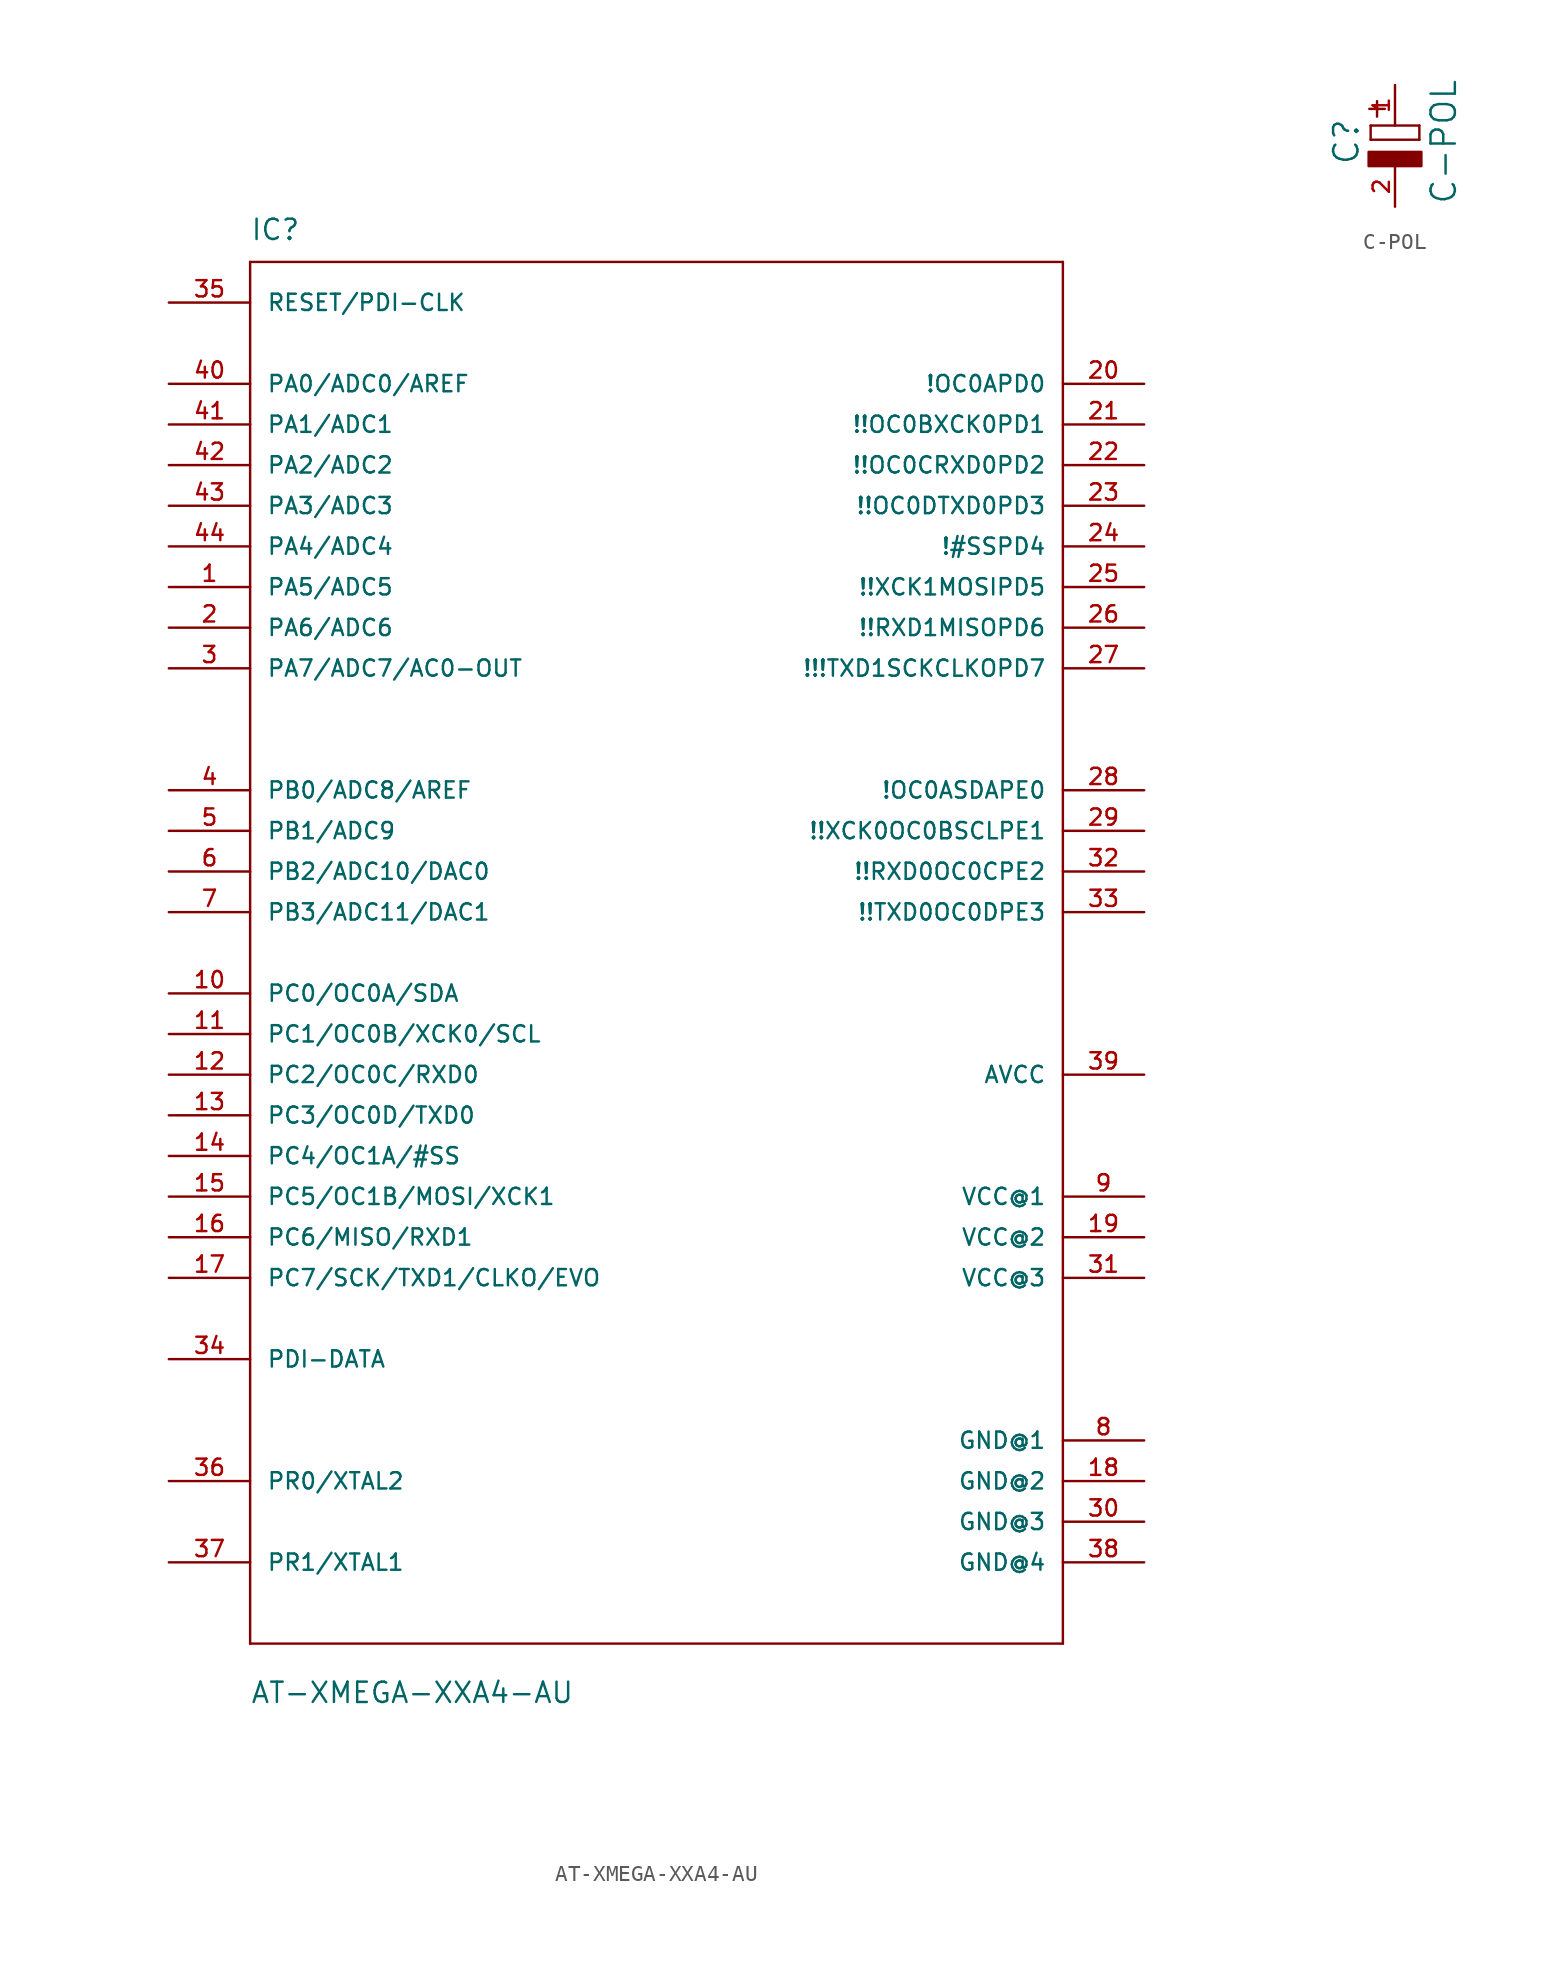
<source format=kicad_sym>
(kicad_symbol_lib
  (version 20211014)
  (generator kicad_symbol_editor)
  (symbol "AT-XMEGA-XXA4-AU"
    (pin_names
      (offset 1.016))
    (property "Reference" "IC"
      (at -25.4 44.45 0)
      (effects (font (size 1.27 1.27)) (justify left bottom)))
    (property "Value" "AT-XMEGA-XXA4-AU"
      (at -25.4 -46.99 0)
      (effects (font (size 1.27 1.27)) (justify left bottom)))
    (property "Datasheet" ""
      (at 0 0 0)
      (effects (font (size 1.524 1.524))))
    (property "ki_locked" ""
      (at 0 0 0)
      (effects (font (size 1.27 1.27))))
    (symbol "AT-XMEGA-XXA4-AU_1_0"
      (polyline (pts (xy -25.4 -43.18) (xy -25.4 43.18)) (stroke (width 0) (type default) (color 0 0 0 0)) (fill (type none)))
      (polyline (pts (xy -25.4 43.18) (xy 25.4 43.18)) (stroke (width 0) (type default) (color 0 0 0 0)) (fill (type none)))
      (polyline (pts (xy 25.4 -43.18) (xy -25.4 -43.18)) (stroke (width 0) (type default) (color 0 0 0 0)) (fill (type none)))
      (polyline (pts (xy 25.4 43.18) (xy 25.4 -43.18)) (stroke (width 0) (type default) (color 0 0 0 0)) (fill (type none))))
    (symbol "AT-XMEGA-XXA4-AU_1_1"
      (pin bidirectional line (at -30.48 22.86 0) (length 5.08) (name "PA5/ADC5" (effects (font (size 1.016 1.016)))) (number "1" (effects (font (size 1.016 1.016)))))
      (pin bidirectional line (at -30.48 -2.54 0) (length 5.08) (name "PC0/OC0A/SDA" (effects (font (size 1.016 1.016)))) (number "10" (effects (font (size 1.016 1.016)))))
      (pin bidirectional line (at -30.48 -5.08 0) (length 5.08) (name "PC1/OC0B/XCK0/SCL" (effects (font (size 1.016 1.016)))) (number "11" (effects (font (size 1.016 1.016)))))
      (pin bidirectional line (at -30.48 -7.62 0) (length 5.08) (name "PC2/OC0C/RXD0" (effects (font (size 1.016 1.016)))) (number "12" (effects (font (size 1.016 1.016)))))
      (pin bidirectional line (at -30.48 -10.16 0) (length 5.08) (name "PC3/OC0D/TXD0" (effects (font (size 1.016 1.016)))) (number "13" (effects (font (size 1.016 1.016)))))
      (pin bidirectional line (at -30.48 -12.7 0) (length 5.08) (name "PC4/OC1A/#SS" (effects (font (size 1.016 1.016)))) (number "14" (effects (font (size 1.016 1.016)))))
      (pin bidirectional line (at -30.48 -15.24 0) (length 5.08) (name "PC5/OC1B/MOSI/XCK1" (effects (font (size 1.016 1.016)))) (number "15" (effects (font (size 1.016 1.016)))))
      (pin bidirectional line (at -30.48 -17.78 0) (length 5.08) (name "PC6/MISO/RXD1" (effects (font (size 1.016 1.016)))) (number "16" (effects (font (size 1.016 1.016)))))
      (pin bidirectional line (at -30.48 -20.32 0) (length 5.08) (name "PC7/SCK/TXD1/CLKO/EVO" (effects (font (size 1.016 1.016)))) (number "17" (effects (font (size 1.016 1.016)))))
      (pin power_in line (at 30.48 -33.02 180) (length 5.08) (name "GND@2" (effects (font (size 1.016 1.016)))) (number "18" (effects (font (size 1.016 1.016)))))
      (pin power_in line (at 30.48 -17.78 180) (length 5.08) (name "VCC@2" (effects (font (size 1.016 1.016)))) (number "19" (effects (font (size 1.016 1.016)))))
      (pin bidirectional line (at -30.48 20.32 0) (length 5.08) (name "PA6/ADC6" (effects (font (size 1.016 1.016)))) (number "2" (effects (font (size 1.016 1.016)))))
      (pin bidirectional line (at 30.48 35.56 180) (length 5.08) (name "!OC0APD0" (effects (font (size 1.016 1.016)))) (number "20" (effects (font (size 1.016 1.016)))))
      (pin bidirectional line (at 30.48 33.02 180) (length 5.08) (name "!!OC0BXCK0PD1" (effects (font (size 1.016 1.016)))) (number "21" (effects (font (size 1.016 1.016)))))
      (pin bidirectional line (at 30.48 30.48 180) (length 5.08) (name "!!OC0CRXD0PD2" (effects (font (size 1.016 1.016)))) (number "22" (effects (font (size 1.016 1.016)))))
      (pin bidirectional line (at 30.48 27.94 180) (length 5.08) (name "!!OC0DTXD0PD3" (effects (font (size 1.016 1.016)))) (number "23" (effects (font (size 1.016 1.016)))))
      (pin bidirectional line (at 30.48 25.4 180) (length 5.08) (name "!#SSPD4" (effects (font (size 1.016 1.016)))) (number "24" (effects (font (size 1.016 1.016)))))
      (pin bidirectional line (at 30.48 22.86 180) (length 5.08) (name "!!XCK1MOSIPD5" (effects (font (size 1.016 1.016)))) (number "25" (effects (font (size 1.016 1.016)))))
      (pin bidirectional line (at 30.48 20.32 180) (length 5.08) (name "!!RXD1MISOPD6" (effects (font (size 1.016 1.016)))) (number "26" (effects (font (size 1.016 1.016)))))
      (pin bidirectional line (at 30.48 17.78 180) (length 5.08) (name "!!!TXD1SCKCLKOPD7" (effects (font (size 1.016 1.016)))) (number "27" (effects (font (size 1.016 1.016)))))
      (pin bidirectional line (at 30.48 10.16 180) (length 5.08) (name "!OC0ASDAPE0" (effects (font (size 1.016 1.016)))) (number "28" (effects (font (size 1.016 1.016)))))
      (pin bidirectional line (at 30.48 7.62 180) (length 5.08) (name "!!XCK0OC0BSCLPE1" (effects (font (size 1.016 1.016)))) (number "29" (effects (font (size 1.016 1.016)))))
      (pin bidirectional line (at -30.48 17.78 0) (length 5.08) (name "PA7/ADC7/AC0-OUT" (effects (font (size 1.016 1.016)))) (number "3" (effects (font (size 1.016 1.016)))))
      (pin power_in line (at 30.48 -35.56 180) (length 5.08) (name "GND@3" (effects (font (size 1.016 1.016)))) (number "30" (effects (font (size 1.016 1.016)))))
      (pin power_in line (at 30.48 -20.32 180) (length 5.08) (name "VCC@3" (effects (font (size 1.016 1.016)))) (number "31" (effects (font (size 1.016 1.016)))))
      (pin bidirectional line (at 30.48 5.08 180) (length 5.08) (name "!!RXD0OC0CPE2" (effects (font (size 1.016 1.016)))) (number "32" (effects (font (size 1.016 1.016)))))
      (pin bidirectional line (at 30.48 2.54 180) (length 5.08) (name "!!TXD0OC0DPE3" (effects (font (size 1.016 1.016)))) (number "33" (effects (font (size 1.016 1.016)))))
      (pin bidirectional line (at -30.48 -25.4 0) (length 5.08) (name "PDI-DATA" (effects (font (size 1.016 1.016)))) (number "34" (effects (font (size 1.016 1.016)))))
      (pin input line (at -30.48 40.64 0) (length 5.08) (name "RESET/PDI-CLK" (effects (font (size 1.016 1.016)))) (number "35" (effects (font (size 1.016 1.016)))))
      (pin bidirectional line (at -30.48 -33.02 0) (length 5.08) (name "PR0/XTAL2" (effects (font (size 1.016 1.016)))) (number "36" (effects (font (size 1.016 1.016)))))
      (pin bidirectional line (at -30.48 -38.1 0) (length 5.08) (name "PR1/XTAL1" (effects (font (size 1.016 1.016)))) (number "37" (effects (font (size 1.016 1.016)))))
      (pin power_in line (at 30.48 -38.1 180) (length 5.08) (name "GND@4" (effects (font (size 1.016 1.016)))) (number "38" (effects (font (size 1.016 1.016)))))
      (pin power_in line (at 30.48 -7.62 180) (length 5.08) (name "AVCC" (effects (font (size 1.016 1.016)))) (number "39" (effects (font (size 1.016 1.016)))))
      (pin bidirectional line (at -30.48 10.16 0) (length 5.08) (name "PB0/ADC8/AREF" (effects (font (size 1.016 1.016)))) (number "4" (effects (font (size 1.016 1.016)))))
      (pin bidirectional line (at -30.48 35.56 0) (length 5.08) (name "PA0/ADC0/AREF" (effects (font (size 1.016 1.016)))) (number "40" (effects (font (size 1.016 1.016)))))
      (pin bidirectional line (at -30.48 33.02 0) (length 5.08) (name "PA1/ADC1" (effects (font (size 1.016 1.016)))) (number "41" (effects (font (size 1.016 1.016)))))
      (pin bidirectional line (at -30.48 30.48 0) (length 5.08) (name "PA2/ADC2" (effects (font (size 1.016 1.016)))) (number "42" (effects (font (size 1.016 1.016)))))
      (pin bidirectional line (at -30.48 27.94 0) (length 5.08) (name "PA3/ADC3" (effects (font (size 1.016 1.016)))) (number "43" (effects (font (size 1.016 1.016)))))
      (pin bidirectional line (at -30.48 25.4 0) (length 5.08) (name "PA4/ADC4" (effects (font (size 1.016 1.016)))) (number "44" (effects (font (size 1.016 1.016)))))
      (pin bidirectional line (at -30.48 7.62 0) (length 5.08) (name "PB1/ADC9" (effects (font (size 1.016 1.016)))) (number "5" (effects (font (size 1.016 1.016)))))
      (pin bidirectional line (at -30.48 5.08 0) (length 5.08) (name "PB2/ADC10/DAC0" (effects (font (size 1.016 1.016)))) (number "6" (effects (font (size 1.016 1.016)))))
      (pin bidirectional line (at -30.48 2.54 0) (length 5.08) (name "PB3/ADC11/DAC1" (effects (font (size 1.016 1.016)))) (number "7" (effects (font (size 1.016 1.016)))))
      (pin power_in line (at 30.48 -30.48 180) (length 5.08) (name "GND@1" (effects (font (size 1.016 1.016)))) (number "8" (effects (font (size 1.016 1.016)))))
      (pin power_in line (at 30.48 -15.24 180) (length 5.08) (name "VCC@1" (effects (font (size 1.016 1.016)))) (number "9" (effects (font (size 1.016 1.016)))))))
  (symbol "C-POL"
    (pin_names
      (offset 1.016))
    (property "Reference" "C"
      (at -3.048 0.254 90)
      (effects (font (size 1.524 1.524))))
    (property "Value" "C-POL"
      (at 3.048 0.254 90)
      (effects (font (size 1.524 1.524))))
    (property "Footprint" ""
      (at 0 0 0)
      (effects (font (size 1.524 1.524))))
    (property "Datasheet" ""
      (at 0 0 0)
      (effects (font (size 1.524 1.524))))
    (symbol "C-POL_1_0"
      (polyline (pts (xy -1.524 0.381) (xy 1.524 0.381)) (stroke (width 0) (type default) (color 0 0 0 0)) (fill (type none)))
      (polyline (pts (xy -1.524 1.27) (xy -1.524 0.381)) (stroke (width 0) (type default) (color 0 0 0 0)) (fill (type none)))
      (polyline (pts (xy -1.524 1.27) (xy 1.524 1.27)) (stroke (width 0) (type default) (color 0 0 0 0)) (fill (type none)))
      (polyline (pts (xy 1.524 0.381) (xy 1.524 1.27)) (stroke (width 0) (type default) (color 0 0 0 0)) (fill (type none)))
      (text "+" (at -1.219 2.311 1) (effects (font (size 1.27 1.27)))))
    (symbol "C-POL_1_1"
      (rectangle (start -1.651 -1.27) (end 1.651 -0.381) (stroke (width 0) (type default) (color 0 0 0 0)) (fill (type outline)))
      (pin passive line (at 0 3.81 270) (length 2.54) (name "~" (effects (font (size 1.016 1.016)))) (number "1" (effects (font (size 1.016 1.016)))))
      (pin passive line (at 0 -3.81 90) (length 2.54) (name "~" (effects (font (size 1.016 1.016)))) (number "2" (effects (font (size 1.016 1.016))))))))
</source>
